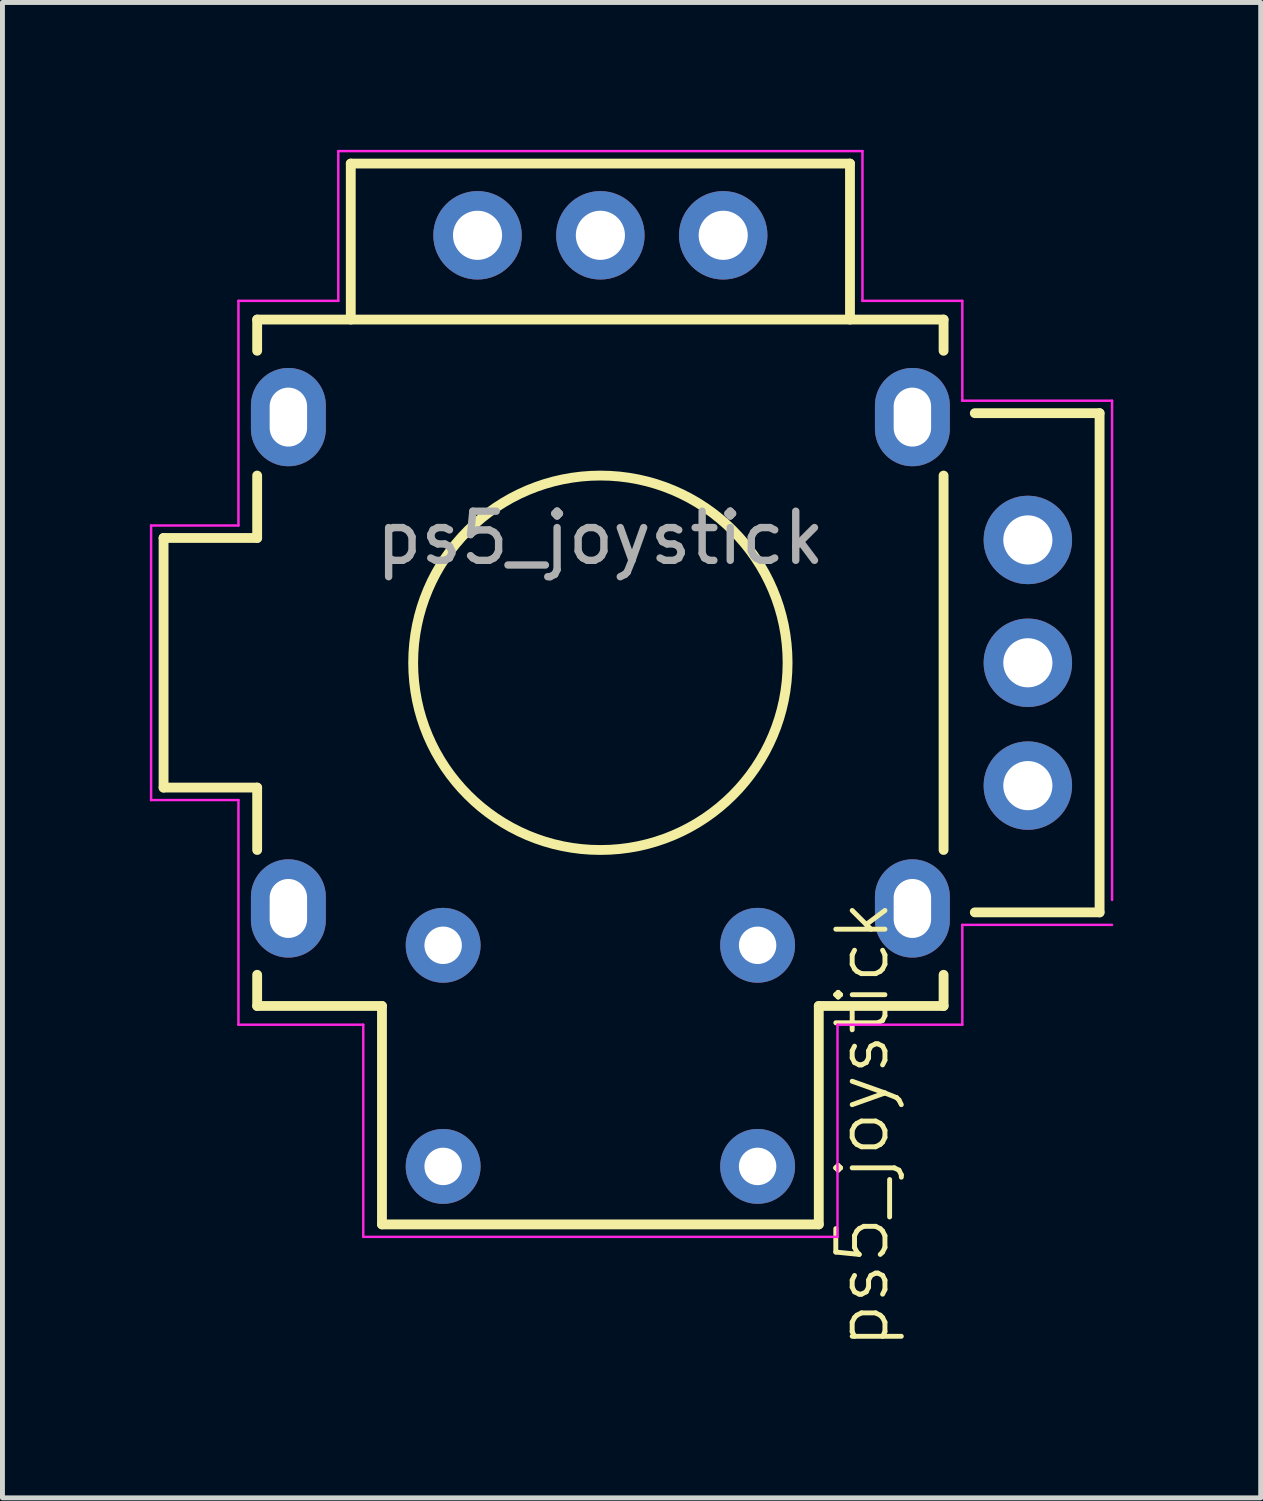
<source format=kicad_pcb>
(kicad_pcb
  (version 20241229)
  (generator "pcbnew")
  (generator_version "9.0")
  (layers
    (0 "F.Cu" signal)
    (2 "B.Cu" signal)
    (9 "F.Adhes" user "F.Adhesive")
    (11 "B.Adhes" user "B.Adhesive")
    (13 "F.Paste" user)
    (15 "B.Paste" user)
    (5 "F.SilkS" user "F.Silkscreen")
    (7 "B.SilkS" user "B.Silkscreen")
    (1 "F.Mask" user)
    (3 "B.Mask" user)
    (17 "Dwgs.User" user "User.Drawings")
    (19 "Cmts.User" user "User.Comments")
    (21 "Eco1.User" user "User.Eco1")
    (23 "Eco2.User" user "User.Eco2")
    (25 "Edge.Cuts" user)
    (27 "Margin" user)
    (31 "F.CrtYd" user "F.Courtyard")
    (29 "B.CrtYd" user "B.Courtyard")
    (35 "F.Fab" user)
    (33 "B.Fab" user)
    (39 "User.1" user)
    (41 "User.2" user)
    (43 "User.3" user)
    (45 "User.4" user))
  (footprint "ps5_joystick"
    (layer "F.Cu")
    (at 9.169 10.439)
    (property "Reference" "ps5_joystick" (at 5.334 9.398 90) (unlocked yes) (layer "F.SilkS") (effects (font (size 1 1) (thickness 0.1))))
    (attr through_hole)
    (fp_line (start -8.89 -2.54) (end -6.985 -2.54) (stroke (width 0.2) (type default)) (layer "F.SilkS"))
    (fp_line (start -8.89 2.54) (end -8.89 -2.54) (stroke (width 0.2) (type default)) (layer "F.SilkS"))
    (fp_line (start -8.89 2.54) (end -6.985 2.54) (stroke (width 0.2) (type default)) (layer "F.SilkS"))
    (fp_line (start -6.985 -6.985) (end -6.985 -6.35) (stroke (width 0.2) (type default)) (layer "F.SilkS"))
    (fp_line (start -6.985 -6.985) (end 6.985 -6.985) (stroke (width 0.2) (type default)) (layer "F.SilkS"))
    (fp_line (start -6.985 -2.54) (end -6.985 -3.81) (stroke (width 0.2) (type default)) (layer "F.SilkS"))
    (fp_line (start -6.985 2.54) (end -6.985 3.81) (stroke (width 0.2) (type default)) (layer "F.SilkS"))
    (fp_line (start -6.985 6.35) (end -6.985 6.985) (stroke (width 0.2) (type default)) (layer "F.SilkS"))
    (fp_line (start -5.08 -10.16) (end -5.08 -6.985) (stroke (width 0.2) (type default)) (layer "F.SilkS"))
    (fp_line (start -4.445 6.985) (end -6.985 6.985) (stroke (width 0.2) (type default)) (layer "F.SilkS"))
    (fp_line (start -4.445 11.43) (end -4.445 6.985) (stroke (width 0.2) (type default)) (layer "F.SilkS"))
    (fp_line (start 4.445 6.985) (end 4.445 11.43) (stroke (width 0.2) (type default)) (layer "F.SilkS"))
    (fp_line (start 4.445 11.43) (end -4.445 11.43) (stroke (width 0.2) (type default)) (layer "F.SilkS"))
    (fp_line (start 5.08 -10.16) (end -5.08 -10.16) (stroke (width 0.2) (type default)) (layer "F.SilkS"))
    (fp_line (start 5.08 -10.16) (end 5.08 -6.985) (stroke (width 0.2) (type default)) (layer "F.SilkS"))
    (fp_line (start 6.985 -6.985) (end 6.985 -6.35) (stroke (width 0.2) (type default)) (layer "F.SilkS"))
    (fp_line (start 6.985 -3.81) (end 6.985 3.81) (stroke (width 0.2) (type default)) (layer "F.SilkS"))
    (fp_line (start 6.985 6.35) (end 6.985 6.985) (stroke (width 0.2) (type default)) (layer "F.SilkS"))
    (fp_line (start 6.985 6.985) (end 4.445 6.985) (stroke (width 0.2) (type default)) (layer "F.SilkS"))
    (fp_line (start 7.62 -5.08) (end 10.16 -5.08) (stroke (width 0.2) (type default)) (layer "F.SilkS"))
    (fp_line (start 10.16 -5.08) (end 10.16 5.08) (stroke (width 0.2) (type default)) (layer "F.SilkS"))
    (fp_line (start 10.16 5.08) (end 7.62 5.08) (stroke (width 0.2) (type default)) (layer "F.SilkS"))
    (fp_circle (center 0 0) (end 3.81 0) (stroke (width 0.2) (type default)) (fill no) (layer "F.SilkS"))
    (fp_line (start -9.144 -2.794) (end -7.366 -2.794) (stroke (width 0.05) (type default)) (layer "F.CrtYd"))
    (fp_line (start -9.144 2.794) (end -9.144 -2.794) (stroke (width 0.05) (type default)) (layer "F.CrtYd"))
    (fp_line (start -7.366 -7.366) (end -5.334 -7.366) (stroke (width 0.05) (type default)) (layer "F.CrtYd"))
    (fp_line (start -7.366 -2.794) (end -7.366 -7.366) (stroke (width 0.05) (type default)) (layer "F.CrtYd"))
    (fp_line (start -7.366 2.794) (end -9.144 2.794) (stroke (width 0.05) (type default)) (layer "F.CrtYd"))
    (fp_line (start -7.366 7.366) (end -7.366 2.794) (stroke (width 0.05) (type default)) (layer "F.CrtYd"))
    (fp_line (start -5.334 -10.414) (end 5.334 -10.414) (stroke (width 0.05) (type default)) (layer "F.CrtYd"))
    (fp_line (start -5.334 -7.366) (end -5.334 -10.414) (stroke (width 0.05) (type default)) (layer "F.CrtYd"))
    (fp_line (start -4.826 7.366) (end -7.366 7.366) (stroke (width 0.05) (type default)) (layer "F.CrtYd"))
    (fp_line (start -4.826 11.684) (end -4.826 7.366) (stroke (width 0.05) (type default)) (layer "F.CrtYd"))
    (fp_line (start 4.826 7.366) (end 4.826 11.684) (stroke (width 0.05) (type default)) (layer "F.CrtYd"))
    (fp_line (start 4.826 11.684) (end -4.826 11.684) (stroke (width 0.05) (type default)) (layer "F.CrtYd"))
    (fp_line (start 5.334 -10.414) (end 5.334 -7.366) (stroke (width 0.05) (type default)) (layer "F.CrtYd"))
    (fp_line (start 5.334 -7.366) (end 7.366 -7.366) (stroke (width 0.05) (type default)) (layer "F.CrtYd"))
    (fp_line (start 7.366 -7.366) (end 7.366 -5.334) (stroke (width 0.05) (type default)) (layer "F.CrtYd"))
    (fp_line (start 7.366 -5.334) (end 10.414 -5.334) (stroke (width 0.05) (type default)) (layer "F.CrtYd"))
    (fp_line (start 7.366 5.334) (end 7.366 7.366) (stroke (width 0.05) (type default)) (layer "F.CrtYd"))
    (fp_line (start 7.366 7.366) (end 4.826 7.366) (stroke (width 0.05) (type default)) (layer "F.CrtYd"))
    (fp_line (start 10.414 -5.334) (end 10.414 4.826) (stroke (width 0.05) (type default)) (layer "F.CrtYd"))
    (fp_line (start 10.414 5.334) (end 7.366 5.334) (stroke (width 0.05) (type default)) (layer "F.CrtYd"))
    (fp_line (start -6.35 -4) (end -6.35 -5) (stroke (width 0.2) (type default)) (layer "User.2"))
    (fp_line (start -6.35 6) (end -6.35 5) (stroke (width 0.2) (type default)) (layer "User.2"))
    (fp_line (start -3.2 7.75) (end -3.2 5.75) (stroke (width 0.2) (type default)) (layer "User.2"))
    (fp_line (start -3.2 11.25) (end -3.2 10.25) (stroke (width 0.2) (type default)) (layer "User.2"))
    (fp_line (start -2.5 -7.7) (end -2.5 -8.7) (stroke (width 0.2) (type default)) (layer "User.2"))
    (fp_line (start 0 -7.7) (end 0 -8.7) (stroke (width 0.2) (type default)) (layer "User.2"))
    (fp_line (start 2.5 -8.7) (end 2.7 -8.85) (stroke (width 0.2) (type default)) (layer "User.2"))
    (fp_line (start 2.5 -7.7) (end 2.5 -8.7) (stroke (width 0.2) (type default)) (layer "User.2"))
    (fp_line (start 3.2 6.75) (end 3.2 5.75) (stroke (width 0.2) (type default)) (layer "User.2"))
    (fp_line (start 3.2 11.25) (end 3.2 10.25) (stroke (width 0.2) (type default)) (layer "User.2"))
    (fp_line (start 6.35 -4) (end 6.35 -5) (stroke (width 0.2) (type default)) (layer "User.2"))
    (fp_line (start 6.35 6) (end 6.35 5) (stroke (width 0.2) (type default)) (layer "User.2"))
    (fp_line (start 8.7 -1.5) (end 8.7 -2.5) (stroke (width 0.2) (type default)) (layer "User.2"))
    (fp_line (start 8.7 1) (end 8.7 0) (stroke (width 0.2) (type default)) (layer "User.2"))
    (fp_line (start 8.7 3.5) (end 8.7 2.5) (stroke (width 0.2) (type default)) (layer "User.2"))
    (fp_text user "${REFERENCE}" (at 0 -2.54 0) (unlocked yes) (layer "F.Fab") (effects (font (size 1 1) (thickness 0.15))))
    (pad "1" thru_hole circle (at -3.2 5.75) (size 1.524 1.524) (drill 0.762) (layers "*.Cu" "*.Mask"))
    (pad "1" thru_hole circle (at 3.2 5.75) (size 1.524 1.524) (drill 0.762) (layers "*.Cu" "*.Mask"))
    (pad "2" thru_hole circle (at -3.2 10.25) (size 1.524 1.524) (drill 0.762) (layers "*.Cu" "*.Mask"))
    (pad "2" thru_hole circle (at 3.2 10.25) (size 1.524 1.524) (drill 0.762) (layers "*.Cu" "*.Mask"))
    (pad "3" thru_hole circle (at 8.7 2.5) (size 1.8 1.8) (drill 1) (layers "*.Cu" "*.Mask"))
    (pad "4" thru_hole circle (at 8.7 0) (size 1.8 1.8) (drill 1) (layers "*.Cu" "*.Mask"))
    (pad "5" thru_hole circle (at 8.7 -2.5) (size 1.8 1.8) (drill 1) (layers "*.Cu" "*.Mask"))
    (pad "6" thru_hole circle (at 2.5 -8.7) (size 1.8 1.8) (drill 1) (layers "*.Cu" "*.Mask"))
    (pad "7" thru_hole circle (at 0 -8.7) (size 1.8 1.8) (drill 1) (layers "*.Cu" "*.Mask"))
    (pad "8" thru_hole circle (at -2.5 -8.7) (size 1.8 1.8) (drill 1) (layers "*.Cu" "*.Mask"))
    (pad "9" thru_hole oval (at -6.35 -5) (size 1.524 2) (drill oval 0.762 1.2) (layers "*.Cu" "*.Mask"))
    (pad "9" thru_hole oval (at -6.35 5) (size 1.524 2) (drill oval 0.762 1.2) (layers "*.Cu" "*.Mask"))
    (pad "9" thru_hole oval (at 6.35 -5) (size 1.524 2) (drill oval 0.762 1.2) (layers "*.Cu" "*.Mask"))
    (pad "9" thru_hole oval (at 6.35 5) (size 1.524 2) (drill oval 0.762 1.2) (layers "*.Cu" "*.Mask")))
  (gr_rect
    (start -3 -3)
    (end 22.608 27.435)
    (stroke (width 0.1) (type default))
    (fill no)
    (layer "Edge.Cuts")))
</source>
